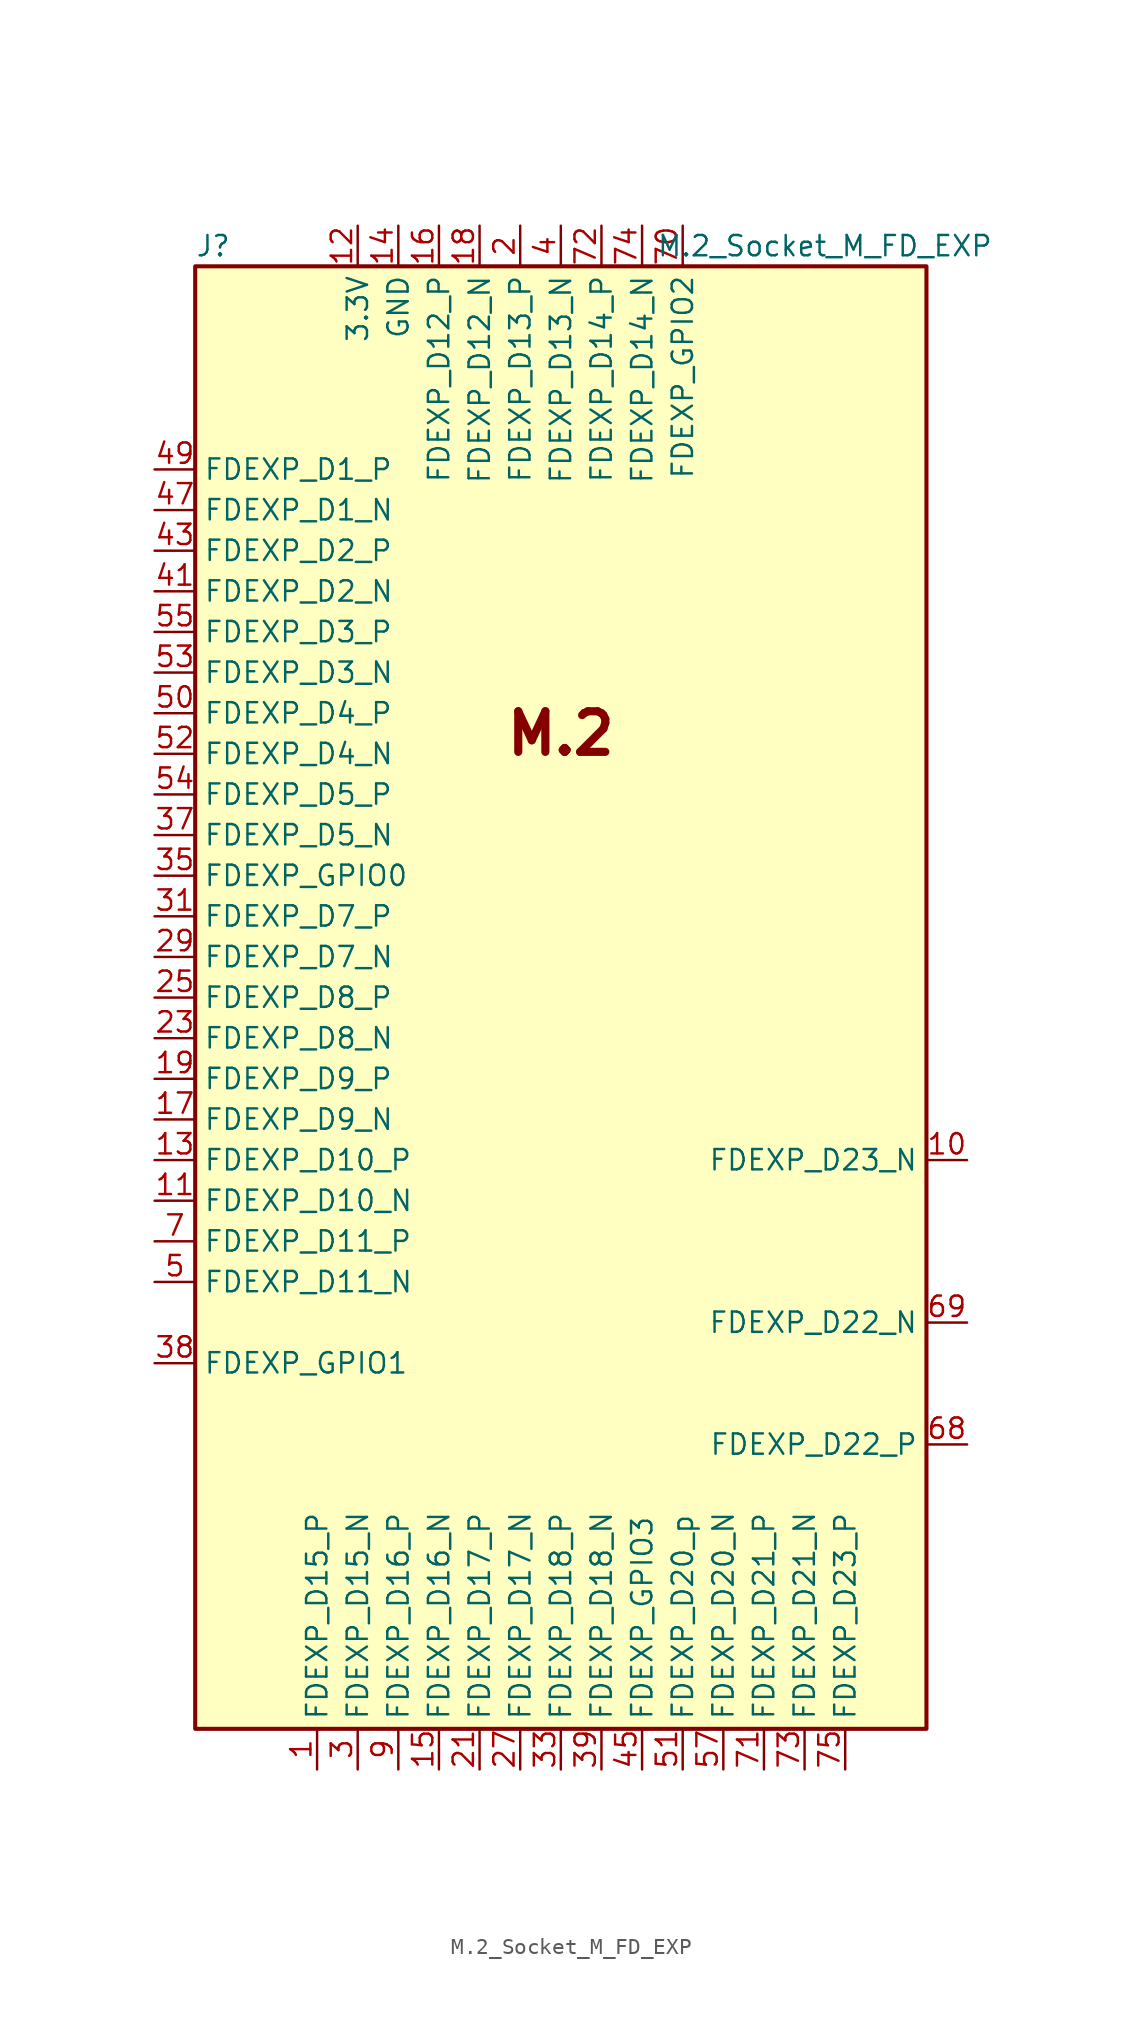
<source format=kicad_sym>
(kicad_symbol_lib
  (version 20200908)
  (generator kicad_symbol_editor)
  (symbol "Fuzzy1:M.2_Socket_M_FD_EXP"
    (property "Reference" "J"
      (at -22.86 46.99 0)
      (effects (font (size 1.27 1.27)) (justify left)))
    (property "Value" "M.2_Socket_M_FD_EXP"
      (at 16.51 46.99 0)
      (effects (font (size 1.27 1.27))))
    (symbol "M.2_Socket_M_FD_EXP_1_1"
      (text "M.2" (at 0 16.51 0) (effects (font (size 2.54 2.54) bold)))
      (pin tri_state line (at -15.24 -48.26 90) (length 2.54) (name "FDEXP_D15_P" (effects (font (size 1.27 1.27)))) (number "1" (effects (font (size 1.27 1.27)))))
      (pin tri_state line (at 25.4 -10.16 180) (length 2.54) (name "FDEXP_D23_N" (effects (font (size 1.27 1.27)))) (number "10" (effects (font (size 1.27 1.27)))))
      (pin tri_state line (at -25.4 -12.7 0) (length 2.54) (name "FDEXP_D10_N" (effects (font (size 1.27 1.27)))) (number "11" (effects (font (size 1.27 1.27)))))
      (pin power_in line (at -12.7 48.26 270) (length 2.54) (name "3.3V" (effects (font (size 1.27 1.27)))) (number "12" (effects (font (size 1.27 1.27)))))
      (pin tri_state line (at -25.4 -10.16 0) (length 2.54) (name "FDEXP_D10_P" (effects (font (size 1.27 1.27)))) (number "13" (effects (font (size 1.27 1.27)))))
      (pin power_out line (at -10.16 48.26 270) (length 2.54) (name "GND" (effects (font (size 1.27 1.27)))) (number "14" (effects (font (size 1.27 1.27)))))
      (pin tri_state line (at -7.62 -48.26 90) (length 2.54) (name "FDEXP_D16_N" (effects (font (size 1.27 1.27)))) (number "15" (effects (font (size 1.27 1.27)))))
      (pin tri_state line (at -7.62 48.26 270) (length 2.54) (name "FDEXP_D12_P" (effects (font (size 1.27 1.27)))) (number "16" (effects (font (size 1.27 1.27)))))
      (pin tri_state line (at -25.4 -7.62 0) (length 2.54) (name "FDEXP_D9_N" (effects (font (size 1.27 1.27)))) (number "17" (effects (font (size 1.27 1.27)))))
      (pin tri_state line (at -5.08 48.26 270) (length 2.54) (name "FDEXP_D12_N" (effects (font (size 1.27 1.27)))) (number "18" (effects (font (size 1.27 1.27)))))
      (pin tri_state line (at -25.4 -5.08 0) (length 2.54) (name "FDEXP_D9_P" (effects (font (size 1.27 1.27)))) (number "19" (effects (font (size 1.27 1.27)))))
      (pin tri_state line (at -2.54 48.26 270) (length 2.54) (name "FDEXP_D13_P" (effects (font (size 1.27 1.27)))) (number "2" (effects (font (size 1.27 1.27)))))
      (pin unconnected line (at 22.86 2.54 180) (length 2.54) hide (name "NC" (effects (font (size 1.27 1.27)))) (number "20" (effects (font (size 1.27 1.27)))))
      (pin tri_state line (at -5.08 -48.26 90) (length 2.54) (name "FDEXP_D17_P" (effects (font (size 1.27 1.27)))) (number "21" (effects (font (size 1.27 1.27)))))
      (pin unconnected line (at 22.86 5.08 180) (length 2.54) hide (name "NC" (effects (font (size 1.27 1.27)))) (number "22" (effects (font (size 1.27 1.27)))))
      (pin tri_state line (at -25.4 -2.54 0) (length 2.54) (name "FDEXP_D8_N" (effects (font (size 1.27 1.27)))) (number "23" (effects (font (size 1.27 1.27)))))
      (pin unconnected line (at 22.86 7.62 180) (length 2.54) hide (name "NC" (effects (font (size 1.27 1.27)))) (number "24" (effects (font (size 1.27 1.27)))))
      (pin tri_state line (at -25.4 0 0) (length 2.54) (name "FDEXP_D8_P" (effects (font (size 1.27 1.27)))) (number "25" (effects (font (size 1.27 1.27)))))
      (pin unconnected line (at 22.86 10.16 180) (length 2.54) hide (name "NC" (effects (font (size 1.27 1.27)))) (number "26" (effects (font (size 1.27 1.27)))))
      (pin tri_state line (at -2.54 -48.26 90) (length 2.54) (name "FDEXP_D17_N" (effects (font (size 1.27 1.27)))) (number "27" (effects (font (size 1.27 1.27)))))
      (pin unconnected line (at 22.86 12.7 180) (length 2.54) hide (name "NC" (effects (font (size 1.27 1.27)))) (number "28" (effects (font (size 1.27 1.27)))))
      (pin tri_state line (at -25.4 2.54 0) (length 2.54) (name "FDEXP_D7_N" (effects (font (size 1.27 1.27)))) (number "29" (effects (font (size 1.27 1.27)))))
      (pin tri_state line (at -12.7 -48.26 90) (length 2.54) (name "FDEXP_D15_N" (effects (font (size 1.27 1.27)))) (number "3" (effects (font (size 1.27 1.27)))))
      (pin unconnected line (at 22.86 15.24 180) (length 2.54) hide (name "NC" (effects (font (size 1.27 1.27)))) (number "30" (effects (font (size 1.27 1.27)))))
      (pin tri_state line (at -25.4 5.08 0) (length 2.54) (name "FDEXP_D7_P" (effects (font (size 1.27 1.27)))) (number "31" (effects (font (size 1.27 1.27)))))
      (pin unconnected line (at 22.86 17.78 180) (length 2.54) hide (name "NC" (effects (font (size 1.27 1.27)))) (number "32" (effects (font (size 1.27 1.27)))))
      (pin tri_state line (at 0 -48.26 90) (length 2.54) (name "FDEXP_D18_P" (effects (font (size 1.27 1.27)))) (number "33" (effects (font (size 1.27 1.27)))))
      (pin unconnected line (at 22.86 20.32 180) (length 2.54) hide (name "NC" (effects (font (size 1.27 1.27)))) (number "34" (effects (font (size 1.27 1.27)))))
      (pin tri_state line (at -25.4 7.62 0) (length 2.54) (name "FDEXP_GPIO0" (effects (font (size 1.27 1.27)))) (number "35" (effects (font (size 1.27 1.27)))))
      (pin unconnected line (at 22.86 22.86 180) (length 2.54) hide (name "NC" (effects (font (size 1.27 1.27)))) (number "36" (effects (font (size 1.27 1.27)))))
      (pin tri_state line (at -25.4 10.16 0) (length 2.54) (name "FDEXP_D5_N" (effects (font (size 1.27 1.27)))) (number "37" (effects (font (size 1.27 1.27)))))
      (pin tri_state line (at -25.4 -22.86 0) (length 2.54) (name "FDEXP_GPIO1" (effects (font (size 1.27 1.27)))) (number "38" (effects (font (size 1.27 1.27)))))
      (pin tri_state line (at 2.54 -48.26 90) (length 2.54) (name "FDEXP_D18_N" (effects (font (size 1.27 1.27)))) (number "39" (effects (font (size 1.27 1.27)))))
      (pin tri_state line (at 0 48.26 270) (length 2.54) (name "FDEXP_D13_N" (effects (font (size 1.27 1.27)))) (number "4" (effects (font (size 1.27 1.27)))))
      (pin unconnected line (at 22.86 25.4 180) (length 2.54) hide (name "NC" (effects (font (size 1.27 1.27)))) (number "40" (effects (font (size 1.27 1.27)))))
      (pin tri_state line (at -25.4 25.4 0) (length 2.54) (name "FDEXP_D2_N" (effects (font (size 1.27 1.27)))) (number "41" (effects (font (size 1.27 1.27)))))
      (pin unconnected line (at 22.86 27.94 180) (length 2.54) hide (name "NC" (effects (font (size 1.27 1.27)))) (number "42" (effects (font (size 1.27 1.27)))))
      (pin tri_state line (at -25.4 27.94 0) (length 2.54) (name "FDEXP_D2_P" (effects (font (size 1.27 1.27)))) (number "43" (effects (font (size 1.27 1.27)))))
      (pin unconnected line (at 22.86 30.48 180) (length 2.54) hide (name "NC" (effects (font (size 1.27 1.27)))) (number "44" (effects (font (size 1.27 1.27)))))
      (pin tri_state line (at 5.08 -48.26 90) (length 2.54) (name "FDEXP_GPIO3" (effects (font (size 1.27 1.27)))) (number "45" (effects (font (size 1.27 1.27)))))
      (pin unconnected line (at 22.86 33.02 180) (length 2.54) hide (name "NC" (effects (font (size 1.27 1.27)))) (number "46" (effects (font (size 1.27 1.27)))))
      (pin tri_state line (at -25.4 30.48 0) (length 2.54) (name "FDEXP_D1_N" (effects (font (size 1.27 1.27)))) (number "47" (effects (font (size 1.27 1.27)))))
      (pin unconnected line (at 22.86 35.56 180) (length 2.54) hide (name "NC" (effects (font (size 1.27 1.27)))) (number "48" (effects (font (size 1.27 1.27)))))
      (pin tri_state line (at -25.4 33.02 0) (length 2.54) (name "FDEXP_D1_P" (effects (font (size 1.27 1.27)))) (number "49" (effects (font (size 1.27 1.27)))))
      (pin tri_state line (at -25.4 -17.78 0) (length 2.54) (name "FDEXP_D11_N" (effects (font (size 1.27 1.27)))) (number "5" (effects (font (size 1.27 1.27)))))
      (pin tri_state line (at -25.4 17.78 0) (length 2.54) (name "FDEXP_D4_P" (effects (font (size 1.27 1.27)))) (number "50" (effects (font (size 1.27 1.27)))))
      (pin tri_state line (at 7.62 -48.26 90) (length 2.54) (name "FDEXP_D20_p" (effects (font (size 1.27 1.27)))) (number "51" (effects (font (size 1.27 1.27)))))
      (pin tri_state line (at -25.4 15.24 0) (length 2.54) (name "FDEXP_D4_N" (effects (font (size 1.27 1.27)))) (number "52" (effects (font (size 1.27 1.27)))))
      (pin tri_state line (at -25.4 20.32 0) (length 2.54) (name "FDEXP_D3_N" (effects (font (size 1.27 1.27)))) (number "53" (effects (font (size 1.27 1.27)))))
      (pin tri_state line (at -25.4 12.7 0) (length 2.54) (name "FDEXP_D5_P" (effects (font (size 1.27 1.27)))) (number "54" (effects (font (size 1.27 1.27)))))
      (pin tri_state line (at -25.4 22.86 0) (length 2.54) (name "FDEXP_D3_P" (effects (font (size 1.27 1.27)))) (number "55" (effects (font (size 1.27 1.27)))))
      (pin unconnected line (at 22.86 38.1 180) (length 2.54) hide (name "NC" (effects (font (size 1.27 1.27)))) (number "56" (effects (font (size 1.27 1.27)))))
      (pin tri_state line (at 10.16 -48.26 90) (length 2.54) (name "FDEXP_D20_N" (effects (font (size 1.27 1.27)))) (number "57" (effects (font (size 1.27 1.27)))))
      (pin unconnected line (at 22.86 40.64 180) (length 2.54) hide (name "NC" (effects (font (size 1.27 1.27)))) (number "58" (effects (font (size 1.27 1.27)))))
      (pin unconnected line (at 22.86 -2.54 180) (length 2.54) hide (name "NC" (effects (font (size 1.27 1.27)))) (number "6" (effects (font (size 1.27 1.27)))))
      (pin unconnected line (at 22.86 -5.08 180) (length 2.54) hide (name "NC" (effects (font (size 1.27 1.27)))) (number "67" (effects (font (size 1.27 1.27)))))
      (pin tri_state line (at 25.4 -27.94 180) (length 2.54) (name "FDEXP_D22_P" (effects (font (size 1.27 1.27)))) (number "68" (effects (font (size 1.27 1.27)))))
      (pin tri_state line (at 25.4 -20.32 180) (length 2.54) (name "FDEXP_D22_N" (effects (font (size 1.27 1.27)))) (number "69" (effects (font (size 1.27 1.27)))))
      (pin tri_state line (at -25.4 -15.24 0) (length 2.54) (name "FDEXP_D11_P" (effects (font (size 1.27 1.27)))) (number "7" (effects (font (size 1.27 1.27)))))
      (pin tri_state line (at 7.62 48.26 270) (length 2.54) (name "FDEXP_GPIO2" (effects (font (size 1.27 1.27)))) (number "70" (effects (font (size 1.27 1.27)))))
      (pin tri_state line (at 12.7 -48.26 90) (length 2.54) (name "FDEXP_D21_P" (effects (font (size 1.27 1.27)))) (number "71" (effects (font (size 1.27 1.27)))))
      (pin tri_state line (at 2.54 48.26 270) (length 2.54) (name "FDEXP_D14_P" (effects (font (size 1.27 1.27)))) (number "72" (effects (font (size 1.27 1.27)))))
      (pin tri_state line (at 15.24 -48.26 90) (length 2.54) (name "FDEXP_D21_N" (effects (font (size 1.27 1.27)))) (number "73" (effects (font (size 1.27 1.27)))))
      (pin tri_state line (at 5.08 48.26 270) (length 2.54) (name "FDEXP_D14_N" (effects (font (size 1.27 1.27)))) (number "74" (effects (font (size 1.27 1.27)))))
      (pin tri_state line (at 17.78 -48.26 90) (length 2.54) (name "FDEXP_D23_P" (effects (font (size 1.27 1.27)))) (number "75" (effects (font (size 1.27 1.27)))))
      (pin unconnected line (at 22.86 0 180) (length 2.54) hide (name "NC" (effects (font (size 1.27 1.27)))) (number "8" (effects (font (size 1.27 1.27)))))
      (pin tri_state line (at -10.16 -48.26 90) (length 2.54) (name "FDEXP_D16_P" (effects (font (size 1.27 1.27)))) (number "9" (effects (font (size 1.27 1.27))))))
    (symbol "M.2_Socket_M_FD_EXP_0_1"
      (rectangle (start -22.86 45.72) (end 22.86 -45.72) (stroke (width 0.254)) (fill (type background))))))
</source>
